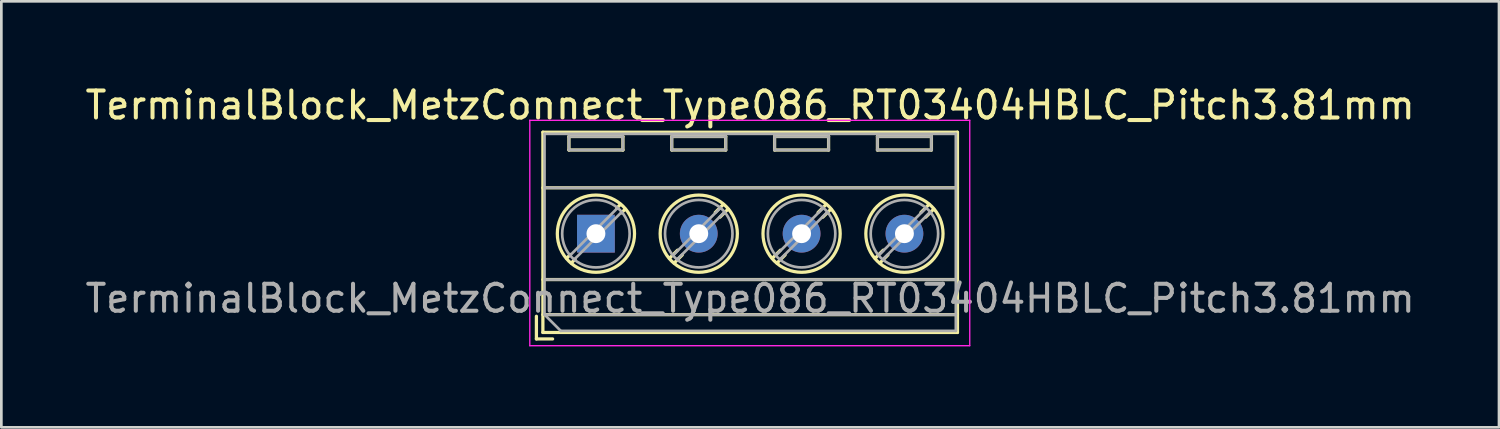
<source format=kicad_pcb>
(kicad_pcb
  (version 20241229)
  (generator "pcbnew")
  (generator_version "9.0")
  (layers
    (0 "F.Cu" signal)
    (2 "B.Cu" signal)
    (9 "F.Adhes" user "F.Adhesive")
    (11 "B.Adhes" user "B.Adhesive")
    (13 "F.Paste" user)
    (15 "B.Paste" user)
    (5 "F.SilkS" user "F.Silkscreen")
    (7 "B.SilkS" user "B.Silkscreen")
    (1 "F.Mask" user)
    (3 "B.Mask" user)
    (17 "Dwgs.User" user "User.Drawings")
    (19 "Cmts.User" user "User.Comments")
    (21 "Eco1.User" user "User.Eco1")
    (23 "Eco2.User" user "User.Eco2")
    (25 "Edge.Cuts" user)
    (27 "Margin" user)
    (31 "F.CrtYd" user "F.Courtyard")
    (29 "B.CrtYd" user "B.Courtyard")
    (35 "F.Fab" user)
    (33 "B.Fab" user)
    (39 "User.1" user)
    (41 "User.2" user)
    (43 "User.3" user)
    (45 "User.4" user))
  (footprint "TerminalBlock_MetzConnect_Type086_RT03404HBLC_Pitch3.81mm"
    (layer "F.Cu")
    (at 19.029 5.608)
    (property "Reference" "TerminalBlock_MetzConnect_Type086_RT03404HBLC_Pitch3.81mm" (at 5.715 -4.76 0) (layer "F.SilkS") (effects (font (size 1 1) (thickness 0.15))))
    (attr through_hole)
    (fp_line (start -2.205 3.06) (end -2.205 3.9) (stroke (width 0.12) (type solid)) (layer "F.SilkS"))
    (fp_line (start -2.205 3.9) (end -1.605 3.9) (stroke (width 0.12) (type solid)) (layer "F.SilkS"))
    (fp_line (start -1.965 -3.76) (end -1.965 3.66) (stroke (width 0.12) (type solid)) (layer "F.SilkS"))
    (fp_line (start -1.965 -1.7) (end 13.395 -1.7) (stroke (width 0.12) (type solid)) (layer "F.SilkS"))
    (fp_line (start -1.965 1.7) (end 13.395 1.7) (stroke (width 0.12) (type solid)) (layer "F.SilkS"))
    (fp_line (start -1.965 3) (end 13.395 3) (stroke (width 0.12) (type solid)) (layer "F.SilkS"))
    (fp_line (start -1.965 3.66) (end 13.395 3.66) (stroke (width 0.12) (type solid)) (layer "F.SilkS"))
    (fp_line (start -1 -3.6) (end -1 -3.1) (stroke (width 0.12) (type solid)) (layer "F.SilkS"))
    (fp_line (start -1 -3.6) (end 1 -3.6) (stroke (width 0.12) (type solid)) (layer "F.SilkS"))
    (fp_line (start -1 -3.1) (end 1 -3.1) (stroke (width 0.12) (type solid)) (layer "F.SilkS"))
    (fp_line (start -0.946 0.771) (end -1.085 0.91) (stroke (width 0.12) (type solid)) (layer "F.SilkS"))
    (fp_line (start -0.771 0.945) (end -0.911 1.085) (stroke (width 0.12) (type solid)) (layer "F.SilkS"))
    (fp_line (start 0.911 -1.085) (end 0.771 -0.945) (stroke (width 0.12) (type solid)) (layer "F.SilkS"))
    (fp_line (start 1 -3.6) (end 1 -3.1) (stroke (width 0.12) (type solid)) (layer "F.SilkS"))
    (fp_line (start 1.085 -0.91) (end 0.945 -0.771) (stroke (width 0.12) (type solid)) (layer "F.SilkS"))
    (fp_line (start 2.81 -3.6) (end 2.81 -3.1) (stroke (width 0.12) (type solid)) (layer "F.SilkS"))
    (fp_line (start 2.81 -3.6) (end 4.81 -3.6) (stroke (width 0.12) (type solid)) (layer "F.SilkS"))
    (fp_line (start 2.81 -3.1) (end 4.81 -3.1) (stroke (width 0.12) (type solid)) (layer "F.SilkS"))
    (fp_line (start 3.025 0.611) (end 2.726 0.91) (stroke (width 0.12) (type solid)) (layer "F.SilkS"))
    (fp_line (start 3.2 0.786) (end 2.9 1.085) (stroke (width 0.12) (type solid)) (layer "F.SilkS"))
    (fp_line (start 4.721 -1.085) (end 4.421 -0.786) (stroke (width 0.12) (type solid)) (layer "F.SilkS"))
    (fp_line (start 4.81 -3.6) (end 4.81 -3.1) (stroke (width 0.12) (type solid)) (layer "F.SilkS"))
    (fp_line (start 4.895 -0.91) (end 4.596 -0.611) (stroke (width 0.12) (type solid)) (layer "F.SilkS"))
    (fp_line (start 6.62 -3.6) (end 6.62 -3.1) (stroke (width 0.12) (type solid)) (layer "F.SilkS"))
    (fp_line (start 6.62 -3.6) (end 8.62 -3.6) (stroke (width 0.12) (type solid)) (layer "F.SilkS"))
    (fp_line (start 6.62 -3.1) (end 8.62 -3.1) (stroke (width 0.12) (type solid)) (layer "F.SilkS"))
    (fp_line (start 6.835 0.611) (end 6.536 0.91) (stroke (width 0.12) (type solid)) (layer "F.SilkS"))
    (fp_line (start 7.01 0.786) (end 6.71 1.085) (stroke (width 0.12) (type solid)) (layer "F.SilkS"))
    (fp_line (start 8.531 -1.085) (end 8.231 -0.786) (stroke (width 0.12) (type solid)) (layer "F.SilkS"))
    (fp_line (start 8.62 -3.6) (end 8.62 -3.1) (stroke (width 0.12) (type solid)) (layer "F.SilkS"))
    (fp_line (start 8.705 -0.91) (end 8.406 -0.611) (stroke (width 0.12) (type solid)) (layer "F.SilkS"))
    (fp_line (start 10.43 -3.6) (end 10.43 -3.1) (stroke (width 0.12) (type solid)) (layer "F.SilkS"))
    (fp_line (start 10.43 -3.6) (end 12.43 -3.6) (stroke (width 0.12) (type solid)) (layer "F.SilkS"))
    (fp_line (start 10.43 -3.1) (end 12.43 -3.1) (stroke (width 0.12) (type solid)) (layer "F.SilkS"))
    (fp_line (start 10.645 0.611) (end 10.346 0.91) (stroke (width 0.12) (type solid)) (layer "F.SilkS"))
    (fp_line (start 10.82 0.786) (end 10.52 1.085) (stroke (width 0.12) (type solid)) (layer "F.SilkS"))
    (fp_line (start 12.341 -1.085) (end 12.041 -0.786) (stroke (width 0.12) (type solid)) (layer "F.SilkS"))
    (fp_line (start 12.43 -3.6) (end 12.43 -3.1) (stroke (width 0.12) (type solid)) (layer "F.SilkS"))
    (fp_line (start 12.515 -0.91) (end 12.216 -0.611) (stroke (width 0.12) (type solid)) (layer "F.SilkS"))
    (fp_line (start 13.395 -3.76) (end -1.965 -3.76) (stroke (width 0.12) (type solid)) (layer "F.SilkS"))
    (fp_line (start 13.395 3.66) (end 13.395 -3.76) (stroke (width 0.12) (type solid)) (layer "F.SilkS"))
    (fp_circle (center 0 0) (end 1.43 0) (stroke (width 0.12) (type solid)) (fill no) (layer "F.SilkS"))
    (fp_circle (center 3.81 0) (end 5.24 0) (stroke (width 0.12) (type solid)) (fill no) (layer "F.SilkS"))
    (fp_circle (center 7.62 0) (end 9.05 0) (stroke (width 0.12) (type solid)) (fill no) (layer "F.SilkS"))
    (fp_circle (center 11.43 0) (end 12.86 0) (stroke (width 0.12) (type solid)) (fill no) (layer "F.SilkS"))
    (fp_line (start -2.45 -4.2) (end -2.45 4.15) (stroke (width 0.05) (type solid)) (layer "F.CrtYd"))
    (fp_line (start -2.45 4.15) (end 13.85 4.15) (stroke (width 0.05) (type solid)) (layer "F.CrtYd"))
    (fp_line (start 13.85 -4.2) (end -2.45 -4.2) (stroke (width 0.05) (type solid)) (layer "F.CrtYd"))
    (fp_line (start 13.85 4.15) (end 13.85 -4.2) (stroke (width 0.05) (type solid)) (layer "F.CrtYd"))
    (fp_line (start -1.905 -3.7) (end 13.335 -3.7) (stroke (width 0.1) (type solid)) (layer "F.Fab"))
    (fp_line (start -1.905 -1.7) (end 13.335 -1.7) (stroke (width 0.1) (type solid)) (layer "F.Fab"))
    (fp_line (start -1.905 1.7) (end 13.335 1.7) (stroke (width 0.1) (type solid)) (layer "F.Fab"))
    (fp_line (start -1.905 3) (end -1.905 -3.7) (stroke (width 0.1) (type solid)) (layer "F.Fab"))
    (fp_line (start -1.905 3) (end 13.335 3) (stroke (width 0.1) (type solid)) (layer "F.Fab"))
    (fp_line (start -1.305 3.6) (end -1.905 3) (stroke (width 0.1) (type solid)) (layer "F.Fab"))
    (fp_line (start -1 -3.6) (end -1 -3.1) (stroke (width 0.1) (type solid)) (layer "F.Fab"))
    (fp_line (start -1 -3.1) (end 1 -3.1) (stroke (width 0.1) (type solid)) (layer "F.Fab"))
    (fp_line (start 0.796 -0.948) (end -0.949 0.796) (stroke (width 0.1) (type solid)) (layer "F.Fab"))
    (fp_line (start 0.949 -0.796) (end -0.796 0.948) (stroke (width 0.1) (type solid)) (layer "F.Fab"))
    (fp_line (start 1 -3.6) (end -1 -3.6) (stroke (width 0.1) (type solid)) (layer "F.Fab"))
    (fp_line (start 1 -3.1) (end 1 -3.6) (stroke (width 0.1) (type solid)) (layer "F.Fab"))
    (fp_line (start 2.81 -3.6) (end 2.81 -3.1) (stroke (width 0.1) (type solid)) (layer "F.Fab"))
    (fp_line (start 2.81 -3.1) (end 4.81 -3.1) (stroke (width 0.1) (type solid)) (layer "F.Fab"))
    (fp_line (start 4.606 -0.948) (end 2.862 0.796) (stroke (width 0.1) (type solid)) (layer "F.Fab"))
    (fp_line (start 4.759 -0.796) (end 3.015 0.948) (stroke (width 0.1) (type solid)) (layer "F.Fab"))
    (fp_line (start 4.81 -3.6) (end 2.81 -3.6) (stroke (width 0.1) (type solid)) (layer "F.Fab"))
    (fp_line (start 4.81 -3.1) (end 4.81 -3.6) (stroke (width 0.1) (type solid)) (layer "F.Fab"))
    (fp_line (start 6.62 -3.6) (end 6.62 -3.1) (stroke (width 0.1) (type solid)) (layer "F.Fab"))
    (fp_line (start 6.62 -3.1) (end 8.62 -3.1) (stroke (width 0.1) (type solid)) (layer "F.Fab"))
    (fp_line (start 8.416 -0.948) (end 6.672 0.796) (stroke (width 0.1) (type solid)) (layer "F.Fab"))
    (fp_line (start 8.569 -0.796) (end 6.825 0.948) (stroke (width 0.1) (type solid)) (layer "F.Fab"))
    (fp_line (start 8.62 -3.6) (end 6.62 -3.6) (stroke (width 0.1) (type solid)) (layer "F.Fab"))
    (fp_line (start 8.62 -3.1) (end 8.62 -3.6) (stroke (width 0.1) (type solid)) (layer "F.Fab"))
    (fp_line (start 10.43 -3.6) (end 10.43 -3.1) (stroke (width 0.1) (type solid)) (layer "F.Fab"))
    (fp_line (start 10.43 -3.1) (end 12.43 -3.1) (stroke (width 0.1) (type solid)) (layer "F.Fab"))
    (fp_line (start 12.226 -0.948) (end 10.482 0.796) (stroke (width 0.1) (type solid)) (layer "F.Fab"))
    (fp_line (start 12.379 -0.796) (end 10.635 0.948) (stroke (width 0.1) (type solid)) (layer "F.Fab"))
    (fp_line (start 12.43 -3.6) (end 10.43 -3.6) (stroke (width 0.1) (type solid)) (layer "F.Fab"))
    (fp_line (start 12.43 -3.1) (end 12.43 -3.6) (stroke (width 0.1) (type solid)) (layer "F.Fab"))
    (fp_line (start 13.335 -3.7) (end 13.335 3.6) (stroke (width 0.1) (type solid)) (layer "F.Fab"))
    (fp_line (start 13.335 3.6) (end -1.305 3.6) (stroke (width 0.1) (type solid)) (layer "F.Fab"))
    (fp_circle (center 0 0) (end 1.25 0) (stroke (width 0.1) (type solid)) (fill no) (layer "F.Fab"))
    (fp_circle (center 3.81 0) (end 5.06 0) (stroke (width 0.1) (type solid)) (fill no) (layer "F.Fab"))
    (fp_circle (center 7.62 0) (end 8.87 0) (stroke (width 0.1) (type solid)) (fill no) (layer "F.Fab"))
    (fp_circle (center 11.43 0) (end 12.68 0) (stroke (width 0.1) (type solid)) (fill no) (layer "F.Fab"))
    (fp_text user "${REFERENCE}" (at 5.715 2.4 0) (layer "F.Fab") (effects (font (size 1 1) (thickness 0.15))))
    (pad "1" thru_hole rect (at 0 0) (size 1.4 1.4) (drill 0.7) (layers "*.Cu" "*.Mask"))
    (pad "2" thru_hole circle (at 3.81 0) (size 1.4 1.4) (drill 0.7) (layers "*.Cu" "*.Mask"))
    (pad "3" thru_hole circle (at 7.62 0) (size 1.4 1.4) (drill 0.7) (layers "*.Cu" "*.Mask"))
    (pad "4" thru_hole circle (at 11.43 0) (size 1.4 1.4) (drill 0.7) (layers "*.Cu" "*.Mask")))
  (gr_rect
    (start -3 -3)
    (end 52.488 12.783)
    (stroke (width 0.1) (type default))
    (fill no)
    (layer "Edge.Cuts")))
</source>
